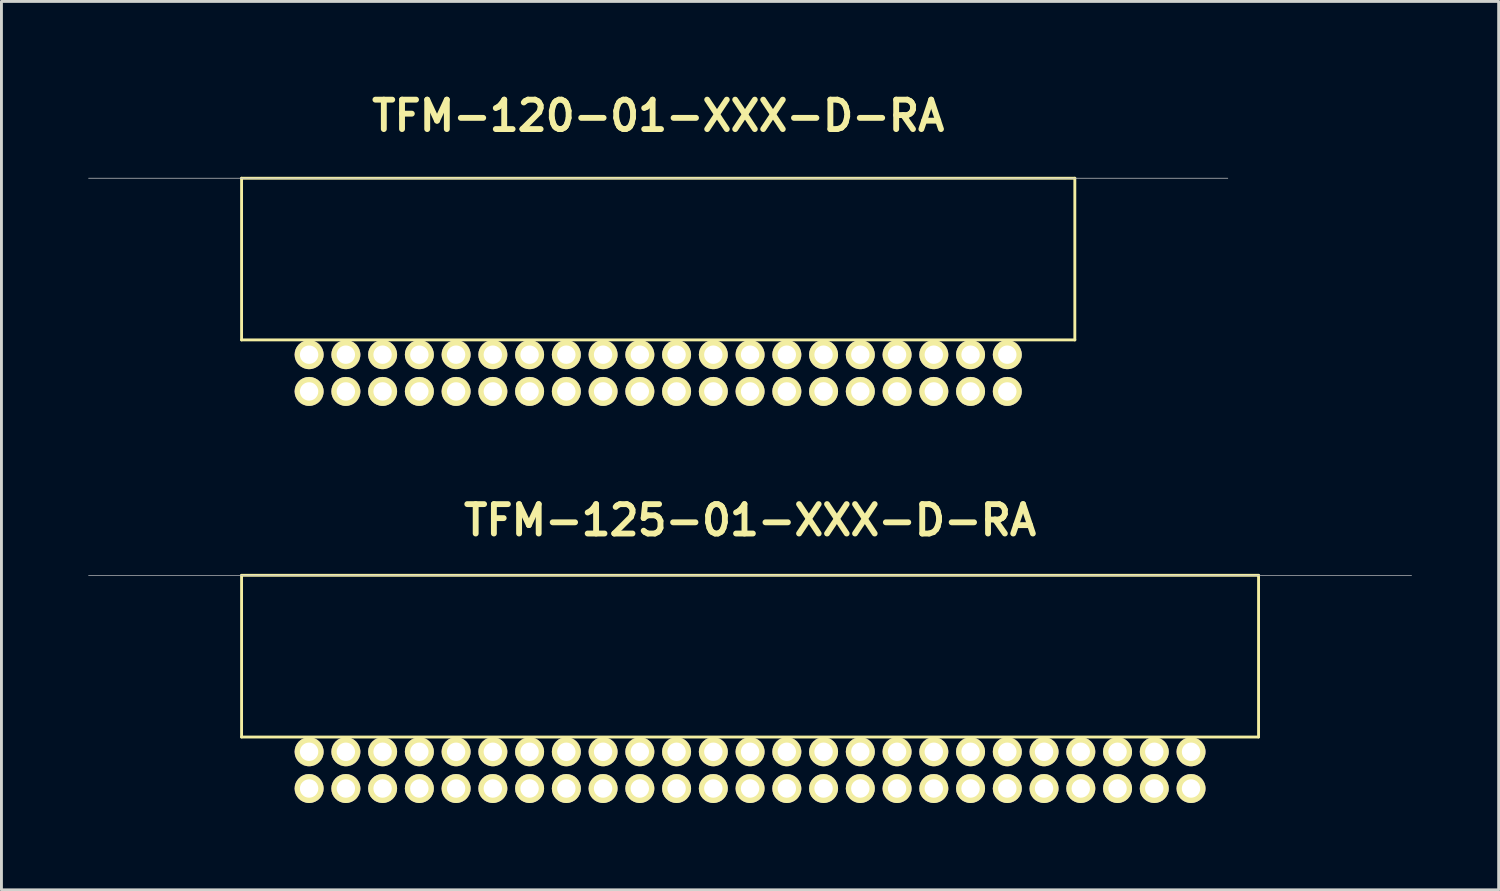
<source format=kicad_pcb>
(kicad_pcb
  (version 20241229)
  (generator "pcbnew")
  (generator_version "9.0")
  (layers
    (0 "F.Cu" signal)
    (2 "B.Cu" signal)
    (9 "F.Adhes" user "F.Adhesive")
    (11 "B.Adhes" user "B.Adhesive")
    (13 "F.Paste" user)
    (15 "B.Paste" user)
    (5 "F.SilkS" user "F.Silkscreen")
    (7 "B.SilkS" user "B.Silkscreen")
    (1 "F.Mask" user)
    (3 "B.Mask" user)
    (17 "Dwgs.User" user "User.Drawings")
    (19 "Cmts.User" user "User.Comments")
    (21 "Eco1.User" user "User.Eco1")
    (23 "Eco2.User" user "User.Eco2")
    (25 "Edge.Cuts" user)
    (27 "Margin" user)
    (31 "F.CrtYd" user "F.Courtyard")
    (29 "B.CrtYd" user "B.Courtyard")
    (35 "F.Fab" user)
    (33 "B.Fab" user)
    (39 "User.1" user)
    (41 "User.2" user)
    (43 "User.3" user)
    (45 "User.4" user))
  (footprint "TFM-120-01-XXX-D-RA"
    (layer "F.Cu")
    (at 19.698 3.11)
    (property "Reference" "TFM-120-01-XXX-D-RA" (at 0 -2.159 0) (layer "F.SilkS") (effects (font (size 1.016 1.016) (thickness 0.203))))
    (attr through_hole)
    (fp_line (start -14.399 0) (end -14.399 5.588) (stroke (width 0.099) (type solid)) (layer "F.SilkS"))
    (fp_line (start 14.399 0) (end -14.399 0) (stroke (width 0.099) (type solid)) (layer "F.SilkS"))
    (fp_line (start 14.399 0) (end 14.399 5.588) (stroke (width 0.099) (type solid)) (layer "F.SilkS"))
    (fp_line (start 14.399 5.588) (end -14.399 5.588) (stroke (width 0.099) (type solid)) (layer "F.SilkS"))
    (fp_line (start -19.685 0) (end 19.685 0) (stroke (width 0.025) (type solid)) (layer "Dwgs.User"))
    (pad "1" thru_hole circle (at 12.065 6.098) (size 1.001 1.001) (drill 0.635) (layers "*.Cu" "*.Mask" "F.SilkS"))
    (pad "2" thru_hole circle (at 12.065 7.368) (size 1.001 1.001) (drill 0.635) (layers "*.Cu" "*.Mask" "F.SilkS"))
    (pad "3" thru_hole circle (at 10.795 6.098) (size 1.001 1.001) (drill 0.635) (layers "*.Cu" "*.Mask" "F.SilkS"))
    (pad "4" thru_hole circle (at 10.795 7.368) (size 1.001 1.001) (drill 0.635) (layers "*.Cu" "*.Mask" "F.SilkS"))
    (pad "5" thru_hole circle (at 9.525 6.098) (size 1.001 1.001) (drill 0.635) (layers "*.Cu" "*.Mask" "F.SilkS"))
    (pad "6" thru_hole circle (at 9.525 7.368) (size 1.001 1.001) (drill 0.635) (layers "*.Cu" "*.Mask" "F.SilkS"))
    (pad "7" thru_hole circle (at 8.255 6.098) (size 1.001 1.001) (drill 0.635) (layers "*.Cu" "*.Mask" "F.SilkS"))
    (pad "8" thru_hole circle (at 8.255 7.368) (size 1.001 1.001) (drill 0.635) (layers "*.Cu" "*.Mask" "F.SilkS"))
    (pad "9" thru_hole circle (at 6.985 6.098) (size 1.001 1.001) (drill 0.635) (layers "*.Cu" "*.Mask" "F.SilkS"))
    (pad "10" thru_hole circle (at 6.985 7.368) (size 1.001 1.001) (drill 0.635) (layers "*.Cu" "*.Mask" "F.SilkS"))
    (pad "11" thru_hole circle (at 5.715 6.098) (size 1.001 1.001) (drill 0.635) (layers "*.Cu" "*.Mask" "F.SilkS"))
    (pad "12" thru_hole circle (at 5.715 7.368) (size 1.001 1.001) (drill 0.635) (layers "*.Cu" "*.Mask" "F.SilkS"))
    (pad "13" thru_hole circle (at 4.445 6.098) (size 1.001 1.001) (drill 0.635) (layers "*.Cu" "*.Mask" "F.SilkS"))
    (pad "14" thru_hole circle (at 4.445 7.368) (size 1.001 1.001) (drill 0.635) (layers "*.Cu" "*.Mask" "F.SilkS"))
    (pad "15" thru_hole circle (at 3.175 6.098) (size 1.001 1.001) (drill 0.635) (layers "*.Cu" "*.Mask" "F.SilkS"))
    (pad "16" thru_hole circle (at 3.175 7.368) (size 1.001 1.001) (drill 0.635) (layers "*.Cu" "*.Mask" "F.SilkS"))
    (pad "17" thru_hole circle (at 1.905 6.098) (size 1.001 1.001) (drill 0.635) (layers "*.Cu" "*.Mask" "F.SilkS"))
    (pad "18" thru_hole circle (at 1.905 7.368) (size 1.001 1.001) (drill 0.635) (layers "*.Cu" "*.Mask" "F.SilkS"))
    (pad "19" thru_hole circle (at 0.635 6.098) (size 1.001 1.001) (drill 0.635) (layers "*.Cu" "*.Mask" "F.SilkS"))
    (pad "20" thru_hole circle (at 0.635 7.368) (size 1.001 1.001) (drill 0.635) (layers "*.Cu" "*.Mask" "F.SilkS"))
    (pad "21" thru_hole circle (at -0.635 6.098) (size 1.001 1.001) (drill 0.635) (layers "*.Cu" "*.Mask" "F.SilkS"))
    (pad "22" thru_hole circle (at -0.635 7.368) (size 1.001 1.001) (drill 0.635) (layers "*.Cu" "*.Mask" "F.SilkS"))
    (pad "23" thru_hole circle (at -1.905 6.098) (size 1.001 1.001) (drill 0.635) (layers "*.Cu" "*.Mask" "F.SilkS"))
    (pad "24" thru_hole circle (at -1.905 7.368) (size 1.001 1.001) (drill 0.635) (layers "*.Cu" "*.Mask" "F.SilkS"))
    (pad "25" thru_hole circle (at -3.175 6.098) (size 1.001 1.001) (drill 0.635) (layers "*.Cu" "*.Mask" "F.SilkS"))
    (pad "26" thru_hole circle (at -3.175 7.368) (size 1.001 1.001) (drill 0.635) (layers "*.Cu" "*.Mask" "F.SilkS"))
    (pad "27" thru_hole circle (at -4.445 6.098) (size 1.001 1.001) (drill 0.635) (layers "*.Cu" "*.Mask" "F.SilkS"))
    (pad "28" thru_hole circle (at -4.445 7.368) (size 1.001 1.001) (drill 0.635) (layers "*.Cu" "*.Mask" "F.SilkS"))
    (pad "29" thru_hole circle (at -5.715 6.098) (size 1.001 1.001) (drill 0.635) (layers "*.Cu" "*.Mask" "F.SilkS"))
    (pad "30" thru_hole circle (at -5.715 7.368) (size 1.001 1.001) (drill 0.635) (layers "*.Cu" "*.Mask" "F.SilkS"))
    (pad "31" thru_hole circle (at -6.985 6.098) (size 1.001 1.001) (drill 0.635) (layers "*.Cu" "*.Mask" "F.SilkS"))
    (pad "32" thru_hole circle (at -6.985 7.368) (size 1.001 1.001) (drill 0.635) (layers "*.Cu" "*.Mask" "F.SilkS"))
    (pad "33" thru_hole circle (at -8.255 6.098) (size 1.001 1.001) (drill 0.635) (layers "*.Cu" "*.Mask" "F.SilkS"))
    (pad "34" thru_hole circle (at -8.255 7.368) (size 1.001 1.001) (drill 0.635) (layers "*.Cu" "*.Mask" "F.SilkS"))
    (pad "35" thru_hole circle (at -9.525 6.098) (size 1.001 1.001) (drill 0.635) (layers "*.Cu" "*.Mask" "F.SilkS"))
    (pad "36" thru_hole circle (at -9.525 7.368) (size 1.001 1.001) (drill 0.635) (layers "*.Cu" "*.Mask" "F.SilkS"))
    (pad "37" thru_hole circle (at -10.795 6.098) (size 1.001 1.001) (drill 0.635) (layers "*.Cu" "*.Mask" "F.SilkS"))
    (pad "38" thru_hole circle (at -10.795 7.368) (size 1.001 1.001) (drill 0.635) (layers "*.Cu" "*.Mask" "F.SilkS"))
    (pad "39" thru_hole circle (at -12.065 6.098) (size 1.001 1.001) (drill 0.635) (layers "*.Cu" "*.Mask" "F.SilkS"))
    (pad "40" thru_hole circle (at -12.065 7.368) (size 1.001 1.001) (drill 0.635) (layers "*.Cu" "*.Mask" "F.SilkS")))
  (footprint "TFM-125-01-XXX-D-RA"
    (layer "F.Cu")
    (at 22.873 16.834)
    (property "Reference" "TFM-125-01-XXX-D-RA" (at 0 -1.905 0) (layer "F.SilkS") (effects (font (size 1.016 1.016) (thickness 0.203))))
    (attr through_hole)
    (fp_line (start -17.574 0) (end -17.574 5.588) (stroke (width 0.099) (type solid)) (layer "F.SilkS"))
    (fp_line (start 17.574 0) (end -17.574 0) (stroke (width 0.099) (type solid)) (layer "F.SilkS"))
    (fp_line (start 17.574 0) (end 17.574 5.588) (stroke (width 0.099) (type solid)) (layer "F.SilkS"))
    (fp_line (start 17.574 5.588) (end -17.574 5.588) (stroke (width 0.099) (type solid)) (layer "F.SilkS"))
    (fp_line (start -22.86 0) (end 22.86 0) (stroke (width 0.025) (type solid)) (layer "Dwgs.User"))
    (pad "1" thru_hole circle (at 15.24 6.098) (size 1.001 1.001) (drill 0.635) (layers "*.Cu" "*.Mask" "F.SilkS"))
    (pad "2" thru_hole circle (at 15.24 7.368) (size 1.001 1.001) (drill 0.635) (layers "*.Cu" "*.Mask" "F.SilkS"))
    (pad "3" thru_hole circle (at 13.97 6.098) (size 1.001 1.001) (drill 0.635) (layers "*.Cu" "*.Mask" "F.SilkS"))
    (pad "4" thru_hole circle (at 13.97 7.368) (size 1.001 1.001) (drill 0.635) (layers "*.Cu" "*.Mask" "F.SilkS"))
    (pad "5" thru_hole circle (at 12.7 6.098) (size 1.001 1.001) (drill 0.635) (layers "*.Cu" "*.Mask" "F.SilkS"))
    (pad "6" thru_hole circle (at 12.7 7.368) (size 1.001 1.001) (drill 0.635) (layers "*.Cu" "*.Mask" "F.SilkS"))
    (pad "7" thru_hole circle (at 11.43 6.098) (size 1.001 1.001) (drill 0.635) (layers "*.Cu" "*.Mask" "F.SilkS"))
    (pad "8" thru_hole circle (at 11.43 7.368) (size 1.001 1.001) (drill 0.635) (layers "*.Cu" "*.Mask" "F.SilkS"))
    (pad "9" thru_hole circle (at 10.16 6.098) (size 1.001 1.001) (drill 0.635) (layers "*.Cu" "*.Mask" "F.SilkS"))
    (pad "10" thru_hole circle (at 10.16 7.368) (size 1.001 1.001) (drill 0.635) (layers "*.Cu" "*.Mask" "F.SilkS"))
    (pad "11" thru_hole circle (at 8.89 6.098) (size 1.001 1.001) (drill 0.635) (layers "*.Cu" "*.Mask" "F.SilkS"))
    (pad "12" thru_hole circle (at 8.89 7.368) (size 1.001 1.001) (drill 0.635) (layers "*.Cu" "*.Mask" "F.SilkS"))
    (pad "13" thru_hole circle (at 7.62 6.098) (size 1.001 1.001) (drill 0.635) (layers "*.Cu" "*.Mask" "F.SilkS"))
    (pad "14" thru_hole circle (at 7.62 7.368) (size 1.001 1.001) (drill 0.635) (layers "*.Cu" "*.Mask" "F.SilkS"))
    (pad "15" thru_hole circle (at 6.35 6.098) (size 1.001 1.001) (drill 0.635) (layers "*.Cu" "*.Mask" "F.SilkS"))
    (pad "16" thru_hole circle (at 6.35 7.368) (size 1.001 1.001) (drill 0.635) (layers "*.Cu" "*.Mask" "F.SilkS"))
    (pad "17" thru_hole circle (at 5.08 6.098) (size 1.001 1.001) (drill 0.635) (layers "*.Cu" "*.Mask" "F.SilkS"))
    (pad "18" thru_hole circle (at 5.08 7.368) (size 1.001 1.001) (drill 0.635) (layers "*.Cu" "*.Mask" "F.SilkS"))
    (pad "19" thru_hole circle (at 3.81 6.098) (size 1.001 1.001) (drill 0.635) (layers "*.Cu" "*.Mask" "F.SilkS"))
    (pad "20" thru_hole circle (at 3.81 7.368) (size 1.001 1.001) (drill 0.635) (layers "*.Cu" "*.Mask" "F.SilkS"))
    (pad "21" thru_hole circle (at 2.54 6.098) (size 1.001 1.001) (drill 0.635) (layers "*.Cu" "*.Mask" "F.SilkS"))
    (pad "22" thru_hole circle (at 2.54 7.368) (size 1.001 1.001) (drill 0.635) (layers "*.Cu" "*.Mask" "F.SilkS"))
    (pad "23" thru_hole circle (at 1.27 6.098) (size 1.001 1.001) (drill 0.635) (layers "*.Cu" "*.Mask" "F.SilkS"))
    (pad "24" thru_hole circle (at 1.27 7.368) (size 1.001 1.001) (drill 0.635) (layers "*.Cu" "*.Mask" "F.SilkS"))
    (pad "25" thru_hole circle (at 0 6.098) (size 1.001 1.001) (drill 0.635) (layers "*.Cu" "*.Mask" "F.SilkS"))
    (pad "26" thru_hole circle (at 0 7.368) (size 1.001 1.001) (drill 0.635) (layers "*.Cu" "*.Mask" "F.SilkS"))
    (pad "27" thru_hole circle (at -1.27 6.098) (size 1.001 1.001) (drill 0.635) (layers "*.Cu" "*.Mask" "F.SilkS"))
    (pad "28" thru_hole circle (at -1.27 7.368) (size 1.001 1.001) (drill 0.635) (layers "*.Cu" "*.Mask" "F.SilkS"))
    (pad "29" thru_hole circle (at -2.54 6.098) (size 1.001 1.001) (drill 0.635) (layers "*.Cu" "*.Mask" "F.SilkS"))
    (pad "30" thru_hole circle (at -2.54 7.368) (size 1.001 1.001) (drill 0.635) (layers "*.Cu" "*.Mask" "F.SilkS"))
    (pad "31" thru_hole circle (at -3.81 6.098) (size 1.001 1.001) (drill 0.635) (layers "*.Cu" "*.Mask" "F.SilkS"))
    (pad "32" thru_hole circle (at -3.81 7.368) (size 1.001 1.001) (drill 0.635) (layers "*.Cu" "*.Mask" "F.SilkS"))
    (pad "33" thru_hole circle (at -5.08 6.098) (size 1.001 1.001) (drill 0.635) (layers "*.Cu" "*.Mask" "F.SilkS"))
    (pad "34" thru_hole circle (at -5.08 7.368) (size 1.001 1.001) (drill 0.635) (layers "*.Cu" "*.Mask" "F.SilkS"))
    (pad "35" thru_hole circle (at -6.35 6.098) (size 1.001 1.001) (drill 0.635) (layers "*.Cu" "*.Mask" "F.SilkS"))
    (pad "36" thru_hole circle (at -6.35 7.368) (size 1.001 1.001) (drill 0.635) (layers "*.Cu" "*.Mask" "F.SilkS"))
    (pad "37" thru_hole circle (at -7.62 6.098) (size 1.001 1.001) (drill 0.635) (layers "*.Cu" "*.Mask" "F.SilkS"))
    (pad "38" thru_hole circle (at -7.62 7.368) (size 1.001 1.001) (drill 0.635) (layers "*.Cu" "*.Mask" "F.SilkS"))
    (pad "39" thru_hole circle (at -8.89 6.098) (size 1.001 1.001) (drill 0.635) (layers "*.Cu" "*.Mask" "F.SilkS"))
    (pad "40" thru_hole circle (at -8.89 7.368) (size 1.001 1.001) (drill 0.635) (layers "*.Cu" "*.Mask" "F.SilkS"))
    (pad "41" thru_hole circle (at -10.16 6.098) (size 1.001 1.001) (drill 0.635) (layers "*.Cu" "*.Mask" "F.SilkS"))
    (pad "42" thru_hole circle (at -10.16 7.368) (size 1.001 1.001) (drill 0.635) (layers "*.Cu" "*.Mask" "F.SilkS"))
    (pad "43" thru_hole circle (at -11.43 6.098) (size 1.001 1.001) (drill 0.635) (layers "*.Cu" "*.Mask" "F.SilkS"))
    (pad "44" thru_hole circle (at -11.43 7.368) (size 1.001 1.001) (drill 0.635) (layers "*.Cu" "*.Mask" "F.SilkS"))
    (pad "45" thru_hole circle (at -12.7 6.098) (size 1.001 1.001) (drill 0.635) (layers "*.Cu" "*.Mask" "F.SilkS"))
    (pad "46" thru_hole circle (at -12.7 7.368) (size 1.001 1.001) (drill 0.635) (layers "*.Cu" "*.Mask" "F.SilkS"))
    (pad "47" thru_hole circle (at -13.97 6.098) (size 1.001 1.001) (drill 0.635) (layers "*.Cu" "*.Mask" "F.SilkS"))
    (pad "48" thru_hole circle (at -13.97 7.368) (size 1.001 1.001) (drill 0.635) (layers "*.Cu" "*.Mask" "F.SilkS"))
    (pad "49" thru_hole circle (at -15.24 6.098) (size 1.001 1.001) (drill 0.635) (layers "*.Cu" "*.Mask" "F.SilkS"))
    (pad "50" thru_hole circle (at -15.24 7.368) (size 1.001 1.001) (drill 0.635) (layers "*.Cu" "*.Mask" "F.SilkS")))
  (gr_rect
    (start -3 -3)
    (end 48.745 27.703)
    (stroke (width 0.1) (type default))
    (fill no)
    (layer "Edge.Cuts")))
</source>
